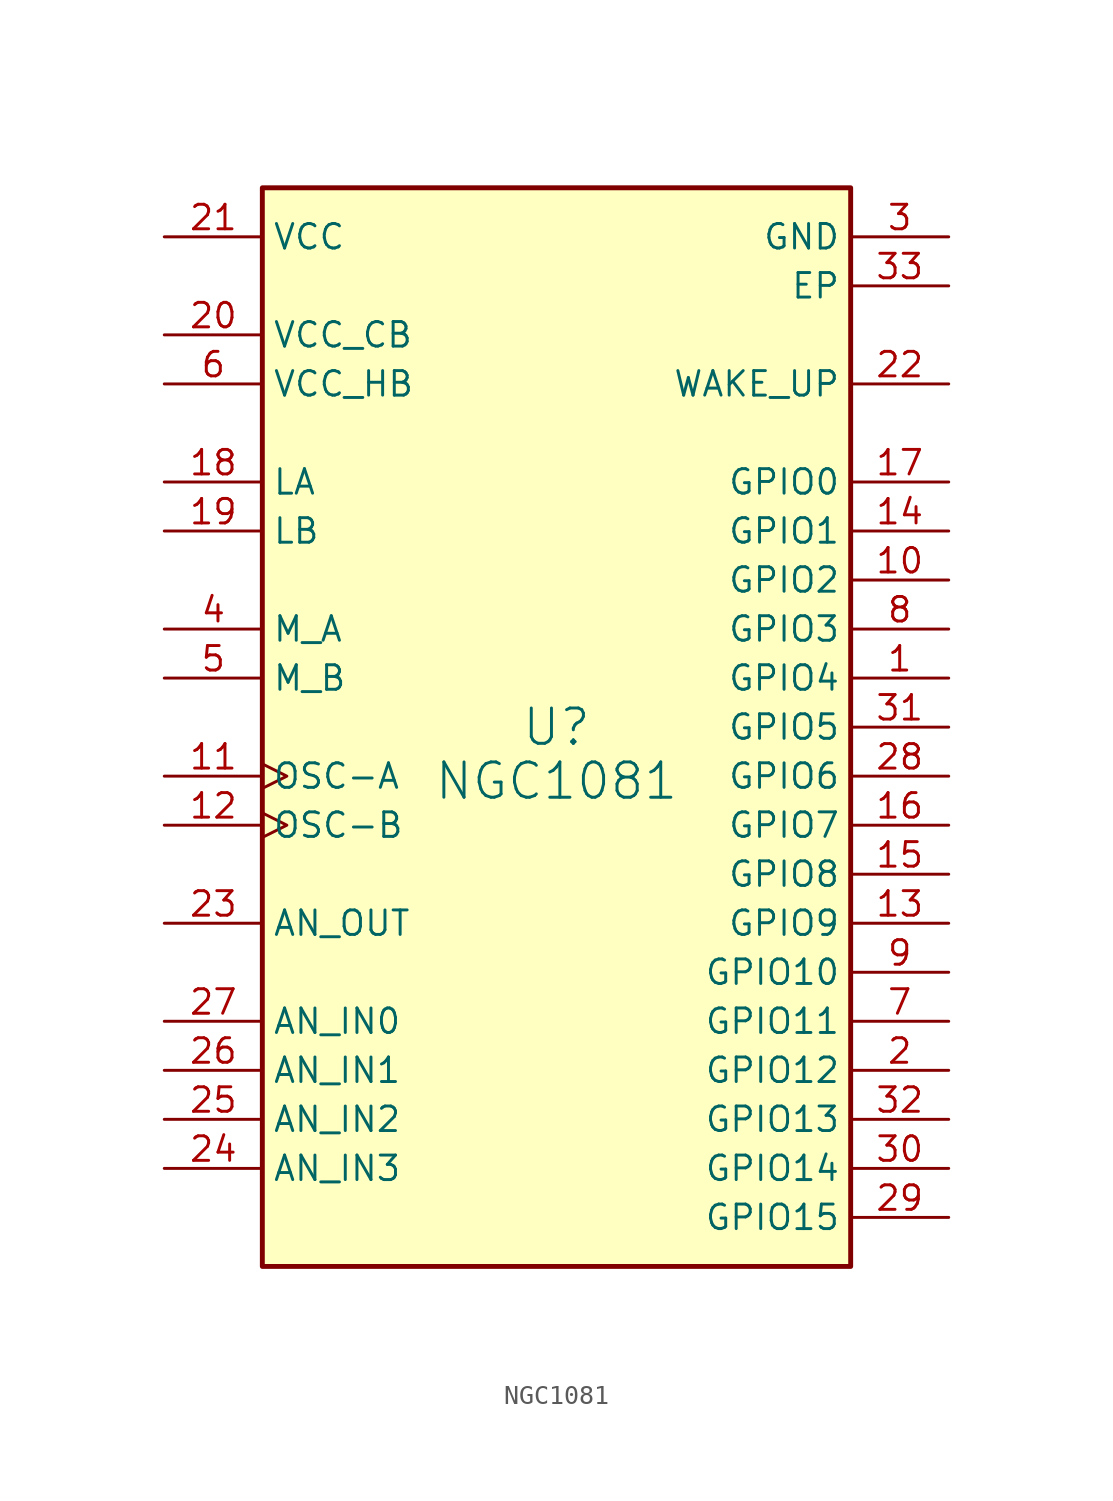
<source format=kicad_sym>
(kicad_symbol_lib
  (version 20231120)
  (generator "kicad_symbol_editor")
  (generator_version "8.0")
  (symbol "NGC1081"
    (property "Reference" "U"
      (at 0 0 0)
      (effects (font (size 1.829 1.829))))
    (property "Value" "NGC1081"
      (at 0 -2.794 0)
      (effects (font (size 1.829 1.829))))
    (symbol "NGC1081_1_0"
      (rectangle (start 15.24 27.94) (end -15.24 -27.94) (stroke (width 0.254) (type solid) (color 128 0 0 1)) (fill (type background)))
      (pin bidirectional line (at 20.32 2.54 180) (length 5.08) (name "GPIO4" (effects (font (size 1.27 1.27)))) (number "1" (effects (font (size 1.27 1.27)))))
      (pin bidirectional line (at 20.32 7.62 180) (length 5.08) (name "GPIO2" (effects (font (size 1.27 1.27)))) (number "10" (effects (font (size 1.27 1.27)))))
      (pin bidirectional clock (at -20.32 -2.54 0) (length 5.08) (name "OSC-A" (effects (font (size 1.27 1.27)))) (number "11" (effects (font (size 1.27 1.27)))))
      (pin bidirectional clock (at -20.32 -5.08 0) (length 5.08) (name "OSC-B" (effects (font (size 1.27 1.27)))) (number "12" (effects (font (size 1.27 1.27)))))
      (pin bidirectional line (at 20.32 -10.16 180) (length 5.08) (name "GPIO9" (effects (font (size 1.27 1.27)))) (number "13" (effects (font (size 1.27 1.27)))))
      (pin bidirectional line (at 20.32 10.16 180) (length 5.08) (name "GPIO1" (effects (font (size 1.27 1.27)))) (number "14" (effects (font (size 1.27 1.27)))))
      (pin bidirectional line (at 20.32 -7.62 180) (length 5.08) (name "GPIO8" (effects (font (size 1.27 1.27)))) (number "15" (effects (font (size 1.27 1.27)))))
      (pin bidirectional line (at 20.32 -5.08 180) (length 5.08) (name "GPIO7" (effects (font (size 1.27 1.27)))) (number "16" (effects (font (size 1.27 1.27)))))
      (pin bidirectional line (at 20.32 12.7 180) (length 5.08) (name "GPIO0" (effects (font (size 1.27 1.27)))) (number "17" (effects (font (size 1.27 1.27)))))
      (pin input line (at -20.32 12.7 0) (length 5.08) (name "LA" (effects (font (size 1.27 1.27)))) (number "18" (effects (font (size 1.27 1.27)))))
      (pin input line (at -20.32 10.16 0) (length 5.08) (name "LB" (effects (font (size 1.27 1.27)))) (number "19" (effects (font (size 1.27 1.27)))))
      (pin bidirectional line (at 20.32 -17.78 180) (length 5.08) (name "GPIO12" (effects (font (size 1.27 1.27)))) (number "2" (effects (font (size 1.27 1.27)))))
      (pin power_in line (at -20.32 20.32 0) (length 5.08) (name "VCC_CB" (effects (font (size 1.27 1.27)))) (number "20" (effects (font (size 1.27 1.27)))))
      (pin power_in line (at -20.32 25.4 0) (length 5.08) (name "VCC" (effects (font (size 1.27 1.27)))) (number "21" (effects (font (size 1.27 1.27)))))
      (pin bidirectional line (at 20.32 17.78 180) (length 5.08) (name "WAKE_UP" (effects (font (size 1.27 1.27)))) (number "22" (effects (font (size 1.27 1.27)))))
      (pin output line (at -20.32 -10.16 0) (length 5.08) (name "AN_OUT" (effects (font (size 1.27 1.27)))) (number "23" (effects (font (size 1.27 1.27)))))
      (pin input line (at -20.32 -22.86 0) (length 5.08) (name "AN_IN3" (effects (font (size 1.27 1.27)))) (number "24" (effects (font (size 1.27 1.27)))))
      (pin input line (at -20.32 -20.32 0) (length 5.08) (name "AN_IN2" (effects (font (size 1.27 1.27)))) (number "25" (effects (font (size 1.27 1.27)))))
      (pin input line (at -20.32 -17.78 0) (length 5.08) (name "AN_IN1" (effects (font (size 1.27 1.27)))) (number "26" (effects (font (size 1.27 1.27)))))
      (pin input line (at -20.32 -15.24 0) (length 5.08) (name "AN_IN0" (effects (font (size 1.27 1.27)))) (number "27" (effects (font (size 1.27 1.27)))))
      (pin bidirectional line (at 20.32 -2.54 180) (length 5.08) (name "GPIO6" (effects (font (size 1.27 1.27)))) (number "28" (effects (font (size 1.27 1.27)))))
      (pin bidirectional line (at 20.32 -25.4 180) (length 5.08) (name "GPIO15" (effects (font (size 1.27 1.27)))) (number "29" (effects (font (size 1.27 1.27)))))
      (pin power_in line (at 20.32 25.4 180) (length 5.08) (name "GND" (effects (font (size 1.27 1.27)))) (number "3" (effects (font (size 1.27 1.27)))))
      (pin bidirectional line (at 20.32 -22.86 180) (length 5.08) (name "GPIO14" (effects (font (size 1.27 1.27)))) (number "30" (effects (font (size 1.27 1.27)))))
      (pin bidirectional line (at 20.32 0 180) (length 5.08) (name "GPIO5" (effects (font (size 1.27 1.27)))) (number "31" (effects (font (size 1.27 1.27)))))
      (pin bidirectional line (at 20.32 -20.32 180) (length 5.08) (name "GPIO13" (effects (font (size 1.27 1.27)))) (number "32" (effects (font (size 1.27 1.27)))))
      (pin power_in line (at 20.32 22.86 180) (length 5.08) (name "EP" (effects (font (size 1.27 1.27)))) (number "33" (effects (font (size 1.27 1.27)))))
      (pin bidirectional line (at -20.32 5.08 0) (length 5.08) (name "M_A" (effects (font (size 1.27 1.27)))) (number "4" (effects (font (size 1.27 1.27)))))
      (pin bidirectional line (at -20.32 2.54 0) (length 5.08) (name "M_B" (effects (font (size 1.27 1.27)))) (number "5" (effects (font (size 1.27 1.27)))))
      (pin power_in line (at -20.32 17.78 0) (length 5.08) (name "VCC_HB" (effects (font (size 1.27 1.27)))) (number "6" (effects (font (size 1.27 1.27)))))
      (pin bidirectional line (at 20.32 -15.24 180) (length 5.08) (name "GPIO11" (effects (font (size 1.27 1.27)))) (number "7" (effects (font (size 1.27 1.27)))))
      (pin bidirectional line (at 20.32 5.08 180) (length 5.08) (name "GPIO3" (effects (font (size 1.27 1.27)))) (number "8" (effects (font (size 1.27 1.27)))))
      (pin bidirectional line (at 20.32 -12.7 180) (length 5.08) (name "GPIO10" (effects (font (size 1.27 1.27)))) (number "9" (effects (font (size 1.27 1.27))))))))
</source>
